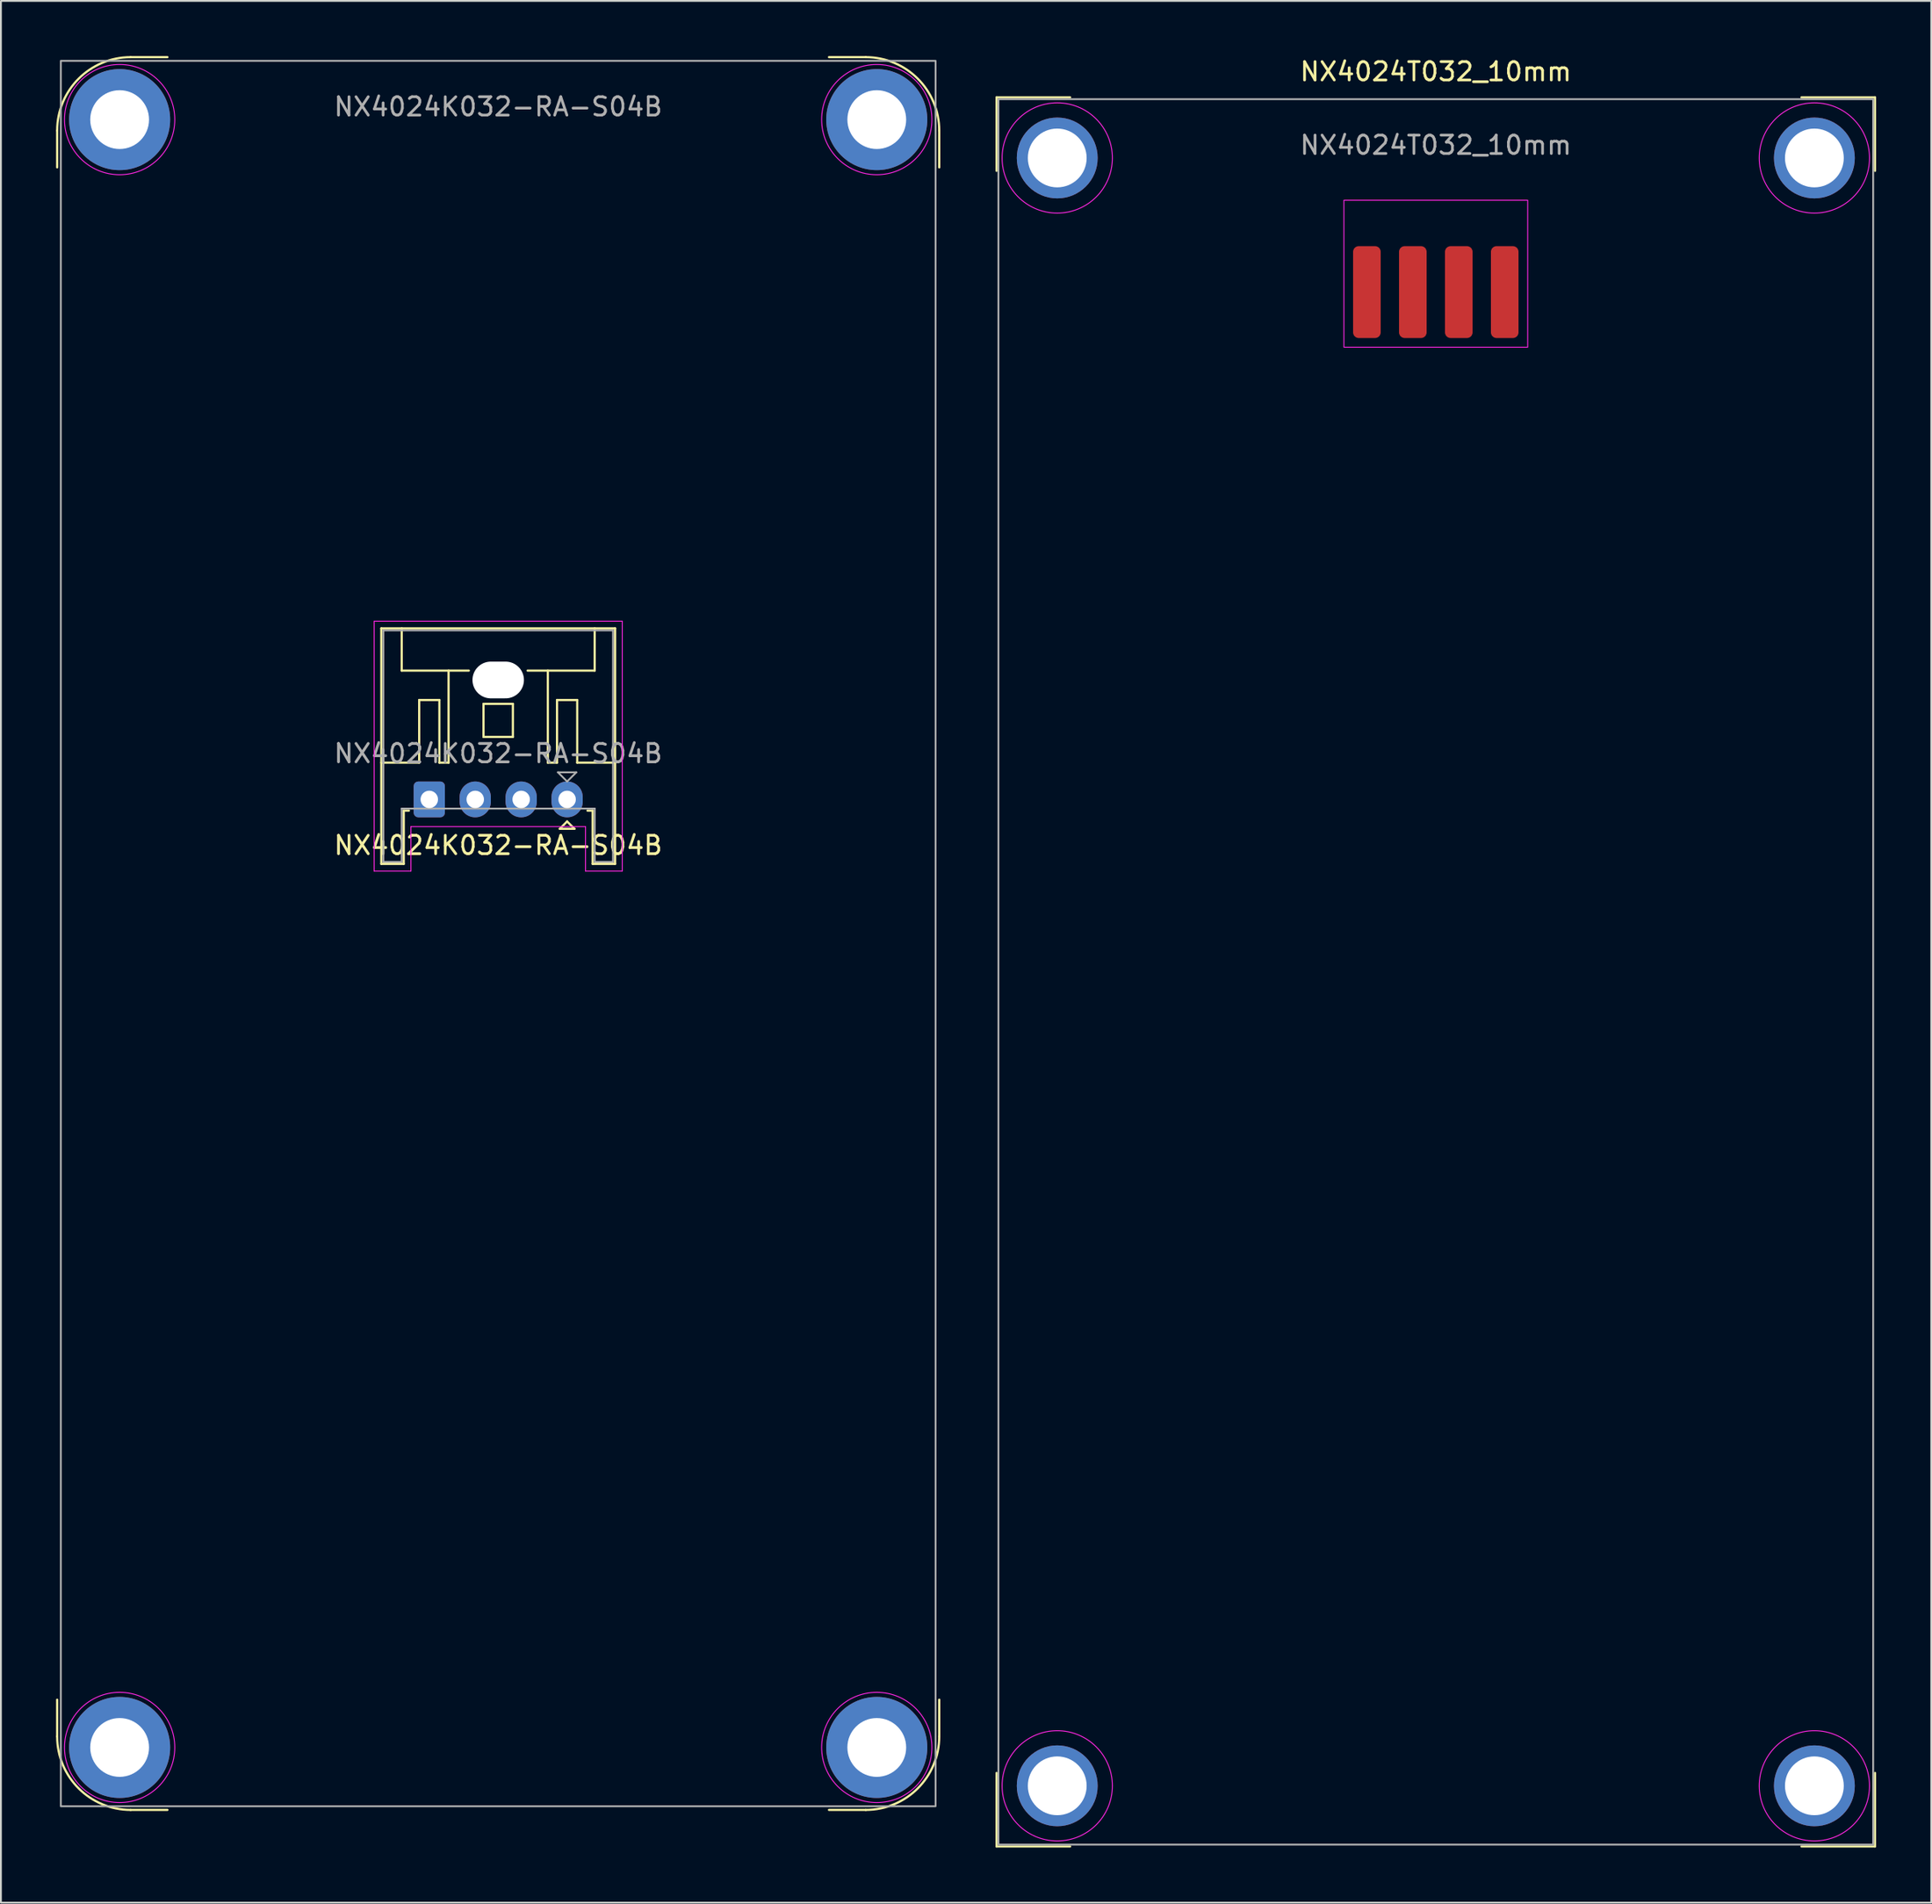
<source format=kicad_pcb>
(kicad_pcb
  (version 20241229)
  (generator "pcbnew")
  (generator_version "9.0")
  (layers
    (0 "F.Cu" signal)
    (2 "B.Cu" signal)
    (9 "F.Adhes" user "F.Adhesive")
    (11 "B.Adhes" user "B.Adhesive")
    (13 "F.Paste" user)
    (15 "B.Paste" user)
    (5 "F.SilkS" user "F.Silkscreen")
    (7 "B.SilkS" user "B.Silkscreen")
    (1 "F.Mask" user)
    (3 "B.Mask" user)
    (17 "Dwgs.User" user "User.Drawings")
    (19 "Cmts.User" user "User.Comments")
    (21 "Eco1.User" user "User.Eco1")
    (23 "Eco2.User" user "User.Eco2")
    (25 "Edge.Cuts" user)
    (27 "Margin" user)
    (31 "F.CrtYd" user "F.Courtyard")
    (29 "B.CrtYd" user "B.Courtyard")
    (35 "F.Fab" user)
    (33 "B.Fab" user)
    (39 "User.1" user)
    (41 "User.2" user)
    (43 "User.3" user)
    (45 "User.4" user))
  (footprint "NX4024K032-RA-S04B"
    (layer "F.Cu")
    (at 24.06 40.46)
    (property "Reference" "NX4024K032-RA-S04B" (at 0 2.5 180) (layer "F.SilkS") (effects (font (size 1 1) (thickness 0.15))))
    (attr through_hole)
    (fp_line (start -24 -34.4) (end -24 -36.4) (stroke (width 0.12) (type solid)) (layer "F.SilkS"))
    (fp_line (start -24 51) (end -24 49) (stroke (width 0.12) (type solid)) (layer "F.SilkS"))
    (fp_line (start -20 55) (end -18 55) (stroke (width 0.12) (type solid)) (layer "F.SilkS"))
    (fp_line (start -18 -40.4) (end -20 -40.4) (stroke (width 0.12) (type solid)) (layer "F.SilkS"))
    (fp_line (start -6.36 -9.31) (end -6.36 3.51) (stroke (width 0.12) (type solid)) (layer "F.SilkS"))
    (fp_line (start -6.36 3.51) (end -5.14 3.51) (stroke (width 0.12) (type solid)) (layer "F.SilkS"))
    (fp_line (start -5.25 -7.01) (end -5.25 -9.31) (stroke (width 0.12) (type solid)) (layer "F.SilkS"))
    (fp_line (start -5.14 0.61) (end -4.86 0.61) (stroke (width 0.12) (type solid)) (layer "F.SilkS"))
    (fp_line (start -5.14 3.51) (end -5.14 0.61) (stroke (width 0.12) (type solid)) (layer "F.SilkS"))
    (fp_line (start -4.3 -5.41) (end -4.3 -2) (stroke (width 0.12) (type solid)) (layer "F.SilkS"))
    (fp_line (start -4.3 -2) (end -6.36 -2) (stroke (width 0.12) (type solid)) (layer "F.SilkS"))
    (fp_line (start -3.2 -5.41) (end -4.3 -5.41) (stroke (width 0.12) (type solid)) (layer "F.SilkS"))
    (fp_line (start -3.2 -2) (end -3.2 -5.41) (stroke (width 0.12) (type solid)) (layer "F.SilkS"))
    (fp_line (start -2.7 -7.01) (end -2.7 -2) (stroke (width 0.12) (type solid)) (layer "F.SilkS"))
    (fp_line (start -2.7 -2) (end -3.2 -2) (stroke (width 0.12) (type solid)) (layer "F.SilkS"))
    (fp_line (start -1.6 -7.01) (end -5.25 -7.01) (stroke (width 0.12) (type solid)) (layer "F.SilkS"))
    (fp_line (start -0.8 -5.2) (end 0.8 -5.2) (stroke (width 0.12) (type solid)) (layer "F.SilkS"))
    (fp_line (start -0.8 -3.4) (end -0.8 -5.2) (stroke (width 0.12) (type solid)) (layer "F.SilkS"))
    (fp_line (start 0.8 -5.2) (end 0.8 -3.4) (stroke (width 0.12) (type solid)) (layer "F.SilkS"))
    (fp_line (start 0.8 -3.4) (end -0.8 -3.4) (stroke (width 0.12) (type solid)) (layer "F.SilkS"))
    (fp_line (start 2.7 -7.01) (end 2.7 -2) (stroke (width 0.12) (type solid)) (layer "F.SilkS"))
    (fp_line (start 2.7 -2) (end 3.2 -2) (stroke (width 0.12) (type solid)) (layer "F.SilkS"))
    (fp_line (start 3.2 -5.41) (end 4.3 -5.41) (stroke (width 0.12) (type solid)) (layer "F.SilkS"))
    (fp_line (start 3.2 -2) (end 3.2 -5.41) (stroke (width 0.12) (type solid)) (layer "F.SilkS"))
    (fp_line (start 3.35 1.6) (end 3.75 1.2) (stroke (width 0.12) (type solid)) (layer "F.SilkS"))
    (fp_line (start 3.75 1.2) (end 4.15 1.6) (stroke (width 0.12) (type solid)) (layer "F.SilkS"))
    (fp_line (start 4.15 1.6) (end 3.35 1.6) (stroke (width 0.12) (type solid)) (layer "F.SilkS"))
    (fp_line (start 4.3 -5.41) (end 4.3 -2) (stroke (width 0.12) (type solid)) (layer "F.SilkS"))
    (fp_line (start 4.3 -2) (end 6.36 -2) (stroke (width 0.12) (type solid)) (layer "F.SilkS"))
    (fp_line (start 4.86 0.61) (end 5.14 0.61) (stroke (width 0.12) (type solid)) (layer "F.SilkS"))
    (fp_line (start 5.14 0.61) (end 5.14 3.51) (stroke (width 0.12) (type solid)) (layer "F.SilkS"))
    (fp_line (start 5.14 3.51) (end 6.36 3.51) (stroke (width 0.12) (type solid)) (layer "F.SilkS"))
    (fp_line (start 5.25 -9.31) (end 5.25 -7.01) (stroke (width 0.12) (type solid)) (layer "F.SilkS"))
    (fp_line (start 5.25 -7.01) (end 1.6 -7.01) (stroke (width 0.12) (type solid)) (layer "F.SilkS"))
    (fp_line (start 6.36 -9.31) (end -6.36 -9.31) (stroke (width 0.12) (type solid)) (layer "F.SilkS"))
    (fp_line (start 6.36 3.51) (end 6.36 -9.31) (stroke (width 0.12) (type solid)) (layer "F.SilkS"))
    (fp_line (start 20 -40.4) (end 18 -40.4) (stroke (width 0.12) (type solid)) (layer "F.SilkS"))
    (fp_line (start 20 55) (end 18 55) (stroke (width 0.12) (type solid)) (layer "F.SilkS"))
    (fp_line (start 24 -36.4) (end 24 -34.4) (stroke (width 0.12) (type solid)) (layer "F.SilkS"))
    (fp_line (start 24 51) (end 24 49) (stroke (width 0.12) (type solid)) (layer "F.SilkS"))
    (fp_arc (start -24 -36.4) (mid -22.828427 -39.228427) (end -20 -40.4) (stroke (width 0.12) (type solid)) (layer "F.SilkS"))
    (fp_arc (start -20 55) (mid -22.828427 53.828427) (end -24 51) (stroke (width 0.12) (type solid)) (layer "F.SilkS"))
    (fp_arc (start 20 -40.4) (mid 22.828427 -39.228427) (end 24 -36.4) (stroke (width 0.12) (type solid)) (layer "F.SilkS"))
    (fp_arc (start 24 51) (mid 22.828427 53.828427) (end 20 55) (stroke (width 0.12) (type solid)) (layer "F.SilkS"))
    (fp_line (start -6.75 -9.7) (end -6.75 3.9) (stroke (width 0.05) (type solid)) (layer "F.CrtYd"))
    (fp_line (start -6.75 3.9) (end -4.75 3.9) (stroke (width 0.05) (type solid)) (layer "F.CrtYd"))
    (fp_line (start -4.75 1.48) (end 4.75 1.48) (stroke (width 0.05) (type solid)) (layer "F.CrtYd"))
    (fp_line (start -4.75 3.9) (end -4.75 1.48) (stroke (width 0.05) (type solid)) (layer "F.CrtYd"))
    (fp_line (start 4.75 1.48) (end 4.75 3.9) (stroke (width 0.05) (type solid)) (layer "F.CrtYd"))
    (fp_line (start 4.75 3.9) (end 6.75 3.9) (stroke (width 0.05) (type solid)) (layer "F.CrtYd"))
    (fp_line (start 6.75 -9.7) (end -6.75 -9.7) (stroke (width 0.05) (type solid)) (layer "F.CrtYd"))
    (fp_line (start 6.75 3.9) (end 6.75 -9.7) (stroke (width 0.05) (type solid)) (layer "F.CrtYd"))
    (fp_circle (center -20.6 -37) (end -17.6 -37) (stroke (width 0.05) (type solid)) (fill no) (layer "F.CrtYd"))
    (fp_circle (center -20.6 51.6) (end -17.6 51.6) (stroke (width 0.05) (type solid)) (fill no) (layer "F.CrtYd"))
    (fp_circle (center 20.6 -37) (end 23.6 -37) (stroke (width 0.05) (type solid)) (fill no) (layer "F.CrtYd"))
    (fp_circle (center 20.6 51.6) (end 23.6 51.6) (stroke (width 0.05) (type solid)) (fill no) (layer "F.CrtYd"))
    (fp_line (start -6.25 -9.2) (end -6.25 3.4) (stroke (width 0.1) (type solid)) (layer "F.Fab"))
    (fp_line (start -6.25 3.4) (end -5.25 3.4) (stroke (width 0.1) (type solid)) (layer "F.Fab"))
    (fp_line (start -5.25 0.5) (end 5.25 0.5) (stroke (width 0.1) (type solid)) (layer "F.Fab"))
    (fp_line (start -5.25 3.4) (end -5.25 0.5) (stroke (width 0.1) (type solid)) (layer "F.Fab"))
    (fp_line (start 3.25 -1.475) (end 3.75 -0.975) (stroke (width 0.1) (type solid)) (layer "F.Fab"))
    (fp_line (start 3.75 -0.975) (end 4.25 -1.475) (stroke (width 0.1) (type solid)) (layer "F.Fab"))
    (fp_line (start 4.25 -1.475) (end 3.25 -1.475) (stroke (width 0.1) (type solid)) (layer "F.Fab"))
    (fp_line (start 5.25 0.5) (end 5.25 3.4) (stroke (width 0.1) (type solid)) (layer "F.Fab"))
    (fp_line (start 5.25 3.4) (end 6.25 3.4) (stroke (width 0.1) (type solid)) (layer "F.Fab"))
    (fp_line (start 6.25 -9.2) (end -6.25 -9.2) (stroke (width 0.1) (type solid)) (layer "F.Fab"))
    (fp_line (start 6.25 3.4) (end 6.25 -9.2) (stroke (width 0.1) (type solid)) (layer "F.Fab"))
    (fp_rect (start -23.8 -40.2) (end 23.8 54.8) (stroke (width 0.1) (type solid)) (fill no) (layer "F.Fab"))
    (fp_rect (start -23.8 -33.15) (end 23.8 47.75) (stroke (width 0.15) (type solid)) (fill no) (layer "User.3"))
    (fp_rect (start -20.88 -30.53) (end 20.88 39.37) (stroke (width 0.2) (type solid)) (fill no) (layer "User.6"))
    (fp_text user "${REFERENCE}" (at 0 -2.5 180) (layer "F.Fab") (effects (font (size 1 1) (thickness 0.15))))
    (fp_text user "${REFERENCE}" (at 0 -37.7 180) (layer "F.Fab") (effects (font (size 1 1) (thickness 0.15))))
    (fp_text user "BEZEL" (at 0 42.9 0) (unlocked yes) (layer "User.3") (effects (font (size 2 2) (thickness 0.15))))
    (fp_text user "DISPLAY AREA" (at 0 6.5 0) (unlocked yes) (layer "User.6") (effects (font (size 2 2) (thickness 0.15))))
    (fp_text user "3.2\" 240x400" (at 0 9.2 0) (unlocked yes) (layer "User.6") (effects (font (size 1.5 1.5) (thickness 0.15))))
    (pad "" np_thru_hole oval (at 0 -6.5 180) (size 2.8 2) (drill oval 2.8 2) (layers "*.Cu" "*.Mask"))
    (pad "1" thru_hole roundrect (at -3.75 0 180) (size 1.7 1.95) (drill 0.95) (layers "*.Cu" "*.Mask") (roundrect_rratio 0.147))
    (pad "2" thru_hole oval (at -1.25 0 180) (size 1.7 1.95) (drill 0.95) (layers "*.Cu" "*.Mask"))
    (pad "3" thru_hole oval (at 1.25 0 180) (size 1.7 1.95) (drill 0.95) (layers "*.Cu" "*.Mask"))
    (pad "4" thru_hole circle (at -20.6 -37) (size 5.5 5.5) (drill 3.2) (layers "*.Cu" "*.Mask"))
    (pad "4" thru_hole circle (at -20.6 51.6) (size 5.5 5.5) (drill 3.2) (layers "*.Cu" "*.Mask"))
    (pad "4" thru_hole oval (at 3.75 0 180) (size 1.7 1.95) (drill 0.95) (layers "*.Cu" "*.Mask"))
    (pad "4" thru_hole circle (at 20.6 -37) (size 5.5 5.5) (drill 3.2) (layers "*.Cu" "*.Mask"))
    (pad "4" thru_hole circle (at 20.6 51.6) (size 5.5 5.5) (drill 3.2) (layers "*.Cu" "*.Mask")))
  (footprint "NX4024T032_10mm"
    (layer "F.Cu")
    (at 75.08 49.848)
    (property "Reference" "NX4024T032_10mm" (at 0 -49 180) (layer "F.SilkS") (effects (font (size 1 1) (thickness 0.15))))
    (attr through_hole)
    (fp_line (start -23.9 -47.6) (end -23.9 -43.6) (stroke (width 0.12) (type solid)) (layer "F.SilkS"))
    (fp_line (start -23.9 -47.6) (end -19.9 -47.6) (stroke (width 0.12) (type solid)) (layer "F.SilkS"))
    (fp_line (start -23.9 47.6) (end -23.9 43.6) (stroke (width 0.12) (type solid)) (layer "F.SilkS"))
    (fp_line (start -23.9 47.6) (end -19.9 47.6) (stroke (width 0.12) (type solid)) (layer "F.SilkS"))
    (fp_line (start 23.9 -47.6) (end 19.9 -47.6) (stroke (width 0.12) (type solid)) (layer "F.SilkS"))
    (fp_line (start 23.9 -47.6) (end 23.9 -43.6) (stroke (width 0.12) (type solid)) (layer "F.SilkS"))
    (fp_line (start 23.9 47.6) (end 19.9 47.6) (stroke (width 0.12) (type solid)) (layer "F.SilkS"))
    (fp_line (start 23.9 47.6) (end 23.9 43.6) (stroke (width 0.12) (type solid)) (layer "F.SilkS"))
    (fp_rect (start -5 -42) (end 5 -34) (stroke (width 0.05) (type solid)) (fill no) (layer "F.CrtYd"))
    (fp_circle (center -20.6 -44.3) (end -17.6 -44.3) (stroke (width 0.05) (type solid)) (fill no) (layer "F.CrtYd"))
    (fp_circle (center -20.6 44.3) (end -17.6 44.3) (stroke (width 0.05) (type solid)) (fill no) (layer "F.CrtYd"))
    (fp_circle (center 20.6 -44.3) (end 23.6 -44.3) (stroke (width 0.05) (type solid)) (fill no) (layer "F.CrtYd"))
    (fp_circle (center 20.6 44.3) (end 23.6 44.3) (stroke (width 0.05) (type solid)) (fill no) (layer "F.CrtYd"))
    (fp_rect (start -23.8 -47.5) (end 23.8 47.5) (stroke (width 0.1) (type solid)) (fill no) (layer "F.Fab"))
    (fp_rect (start -23.8 -40.45) (end 23.8 40.45) (stroke (width 0.15) (type solid)) (fill no) (layer "User.3"))
    (fp_rect (start -20.88 -37.83) (end 20.88 32.07) (stroke (width 0.2) (type solid)) (fill no) (layer "User.6"))
    (fp_text user "${REFERENCE}" (at 0 -45 180) (layer "F.Fab") (effects (font (size 1 1) (thickness 0.15))))
    (fp_text user "BEZEL" (at 0 35.6 0) (unlocked yes) (layer "User.3") (effects (font (size 2 2) (thickness 0.15))))
    (fp_text user "3.2\" 240x400" (at 0 1 0) (unlocked yes) (layer "User.6") (effects (font (size 1.5 1.5) (thickness 0.15))))
    (fp_text user "DISPLAY AREA" (at 0 -1.7 0) (unlocked yes) (layer "User.6") (effects (font (size 2 2) (thickness 0.15))))
    (pad "1" smd roundrect (at -3.75 -37) (size 1.5 5) (layers "F.Cu" "F.Mask" "F.Paste") (roundrect_rratio 0.2))
    (pad "2" smd roundrect (at -1.25 -37) (size 1.5 5) (layers "F.Cu" "F.Mask" "F.Paste") (roundrect_rratio 0.2))
    (pad "3" smd roundrect (at 1.25 -37) (size 1.5 5) (layers "F.Cu" "F.Mask" "F.Paste") (roundrect_rratio 0.2))
    (pad "4" smd roundrect (at 3.75 -37) (size 1.5 5) (layers "F.Cu" "F.Mask" "F.Paste") (roundrect_rratio 0.2))
    (pad "M" thru_hole circle (at -20.6 -44.3) (size 4.4 4.4) (drill 3.2) (layers "*.Cu" "*.Mask"))
    (pad "M" thru_hole circle (at -20.6 44.3) (size 4.4 4.4) (drill 3.2) (layers "*.Cu" "*.Mask"))
    (pad "M" thru_hole circle (at 20.6 -44.3) (size 4.4 4.4) (drill 3.2) (layers "*.Cu" "*.Mask"))
    (pad "M" thru_hole circle (at 20.6 44.3) (size 4.4 4.4) (drill 3.2) (layers "*.Cu" "*.Mask")))
  (gr_rect
    (start -3 -3)
    (end 102.04 100.508)
    (stroke (width 0.1) (type default))
    (fill no)
    (layer "Edge.Cuts")))
</source>
